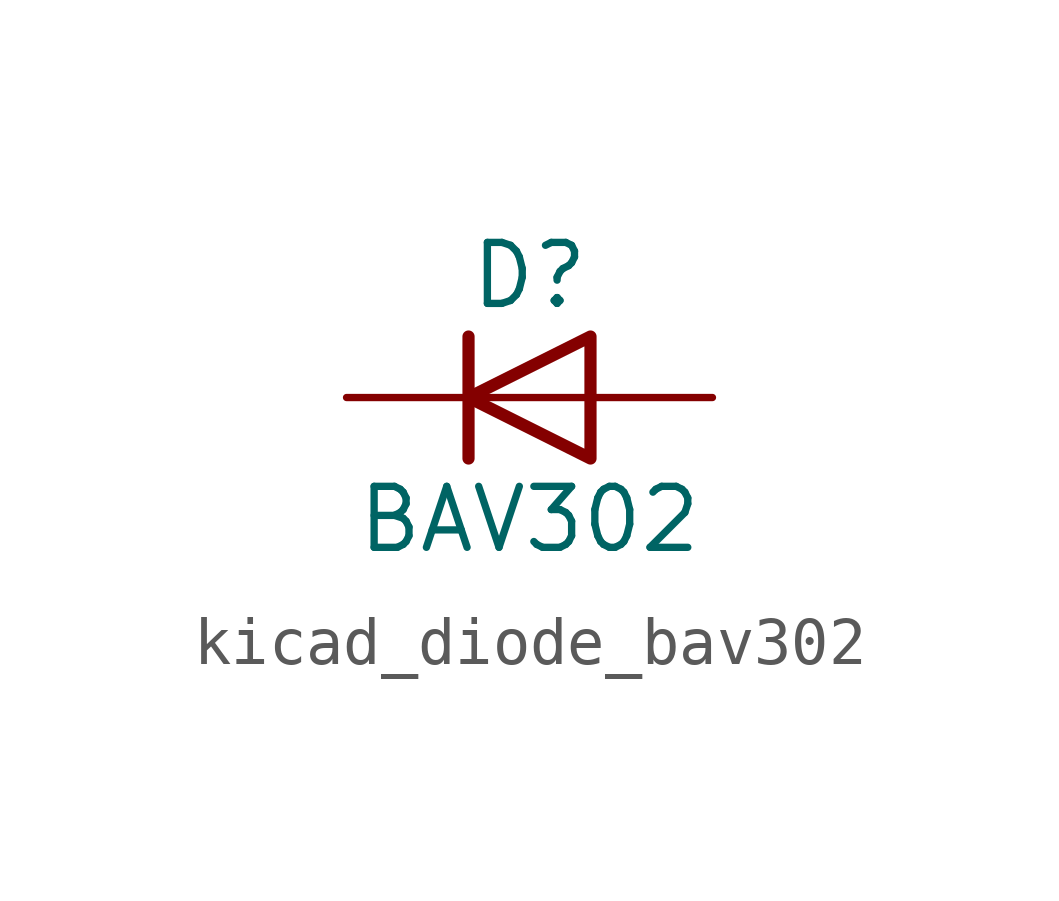
<source format=kicad_sym>
(kicad_symbol_lib
  (version 20220914)
  (generator kicad_symbol_editor)
  (symbol "kicad_diode_bav302"
    (pin_numbers hide)
    (pin_names hide)
    (property "Reference" "D"
      (at 0 2.54 0)
      (effects (font (size 1.27 1.27))))
    (property "Value" "BAV302"
      (at 0 -2.54 0)
      (effects (font (size 1.27 1.27))))
    (symbol "kicad_diode_bav302_0_1"
      (polyline (pts (xy -1.27 1.27) (xy -1.27 -1.27)) (stroke (width 0.254) (type default)) (fill (type none)))
      (polyline (pts (xy 1.27 0) (xy -1.27 0)) (stroke (width 0) (type default)) (fill (type none)))
      (polyline (pts (xy 1.27 1.27) (xy 1.27 -1.27) (xy -1.27 0) (xy 1.27 1.27)) (stroke (width 0.254) (type default)) (fill (type none))))
    (symbol "kicad_diode_bav302_1_1"
      (pin passive line (at -3.81 0 0) (length 2.54) (name "K" (effects (font (size 1.27 1.27)))) (number "1" (effects (font (size 1.27 1.27)))))
      (pin passive line (at 3.81 0 180) (length 2.54) (name "A" (effects (font (size 1.27 1.27)))) (number "2" (effects (font (size 1.27 1.27))))))))
</source>
